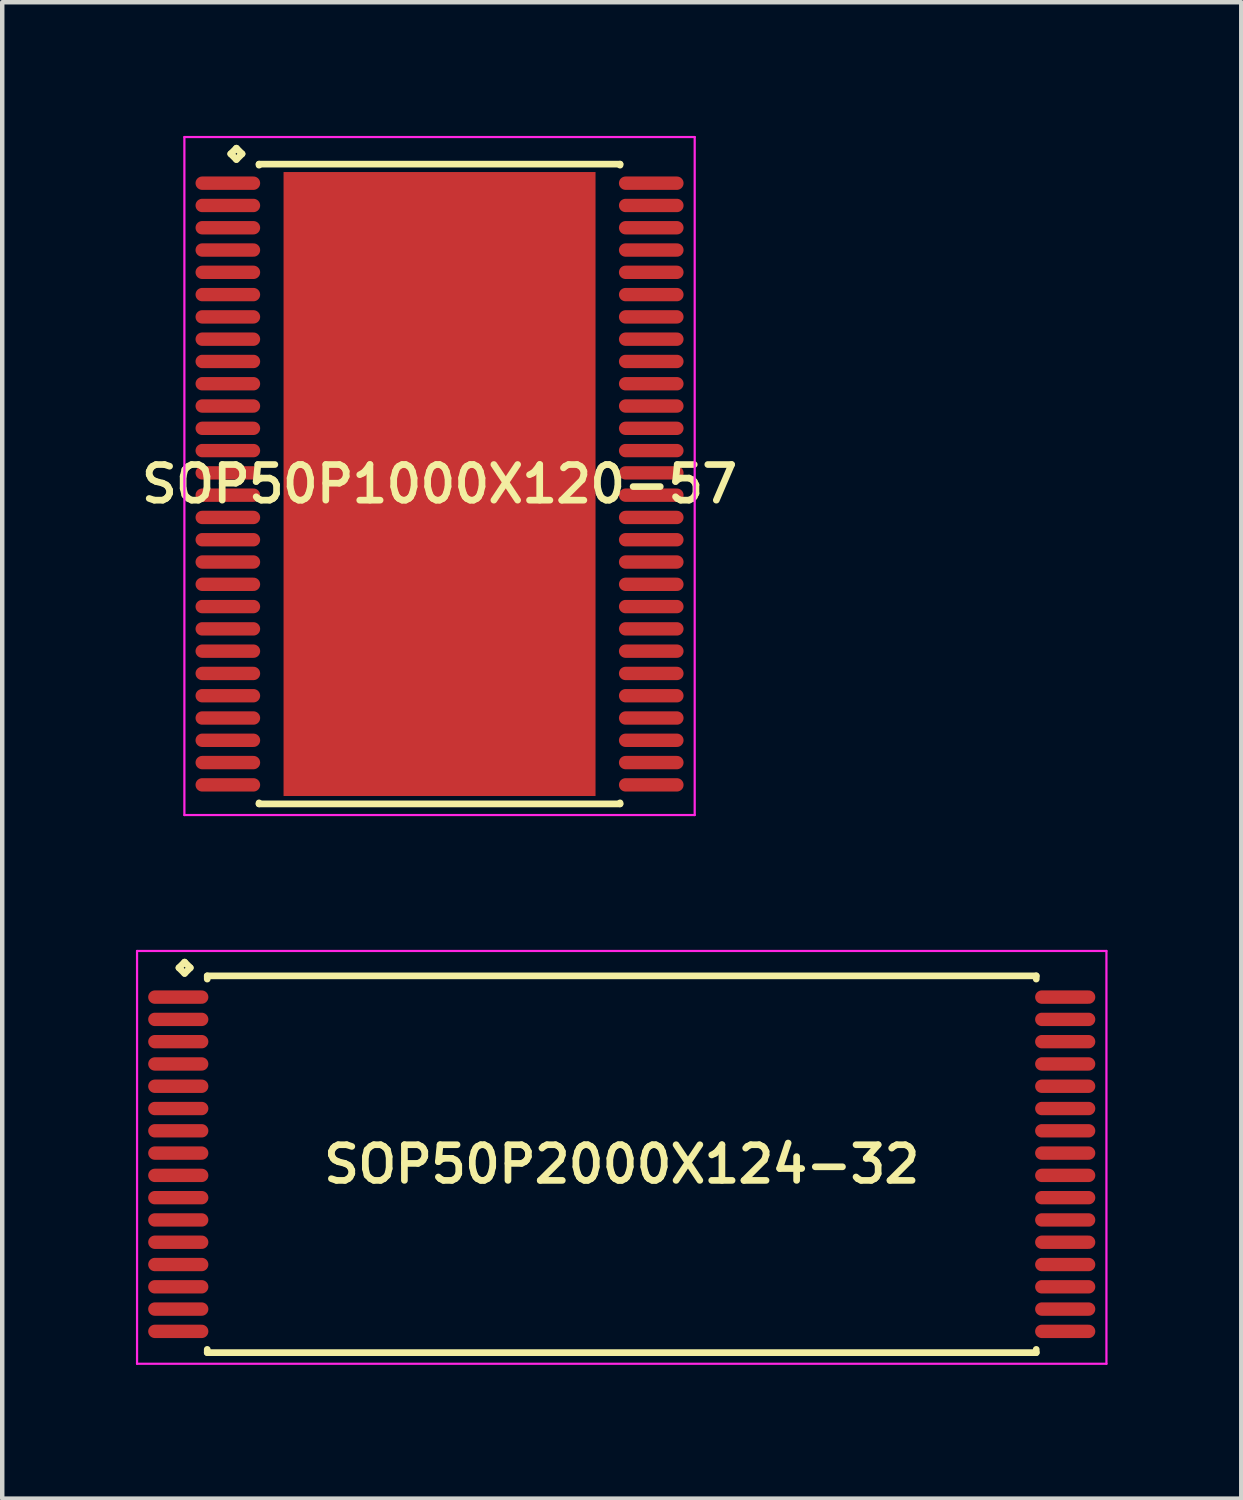
<source format=kicad_pcb>
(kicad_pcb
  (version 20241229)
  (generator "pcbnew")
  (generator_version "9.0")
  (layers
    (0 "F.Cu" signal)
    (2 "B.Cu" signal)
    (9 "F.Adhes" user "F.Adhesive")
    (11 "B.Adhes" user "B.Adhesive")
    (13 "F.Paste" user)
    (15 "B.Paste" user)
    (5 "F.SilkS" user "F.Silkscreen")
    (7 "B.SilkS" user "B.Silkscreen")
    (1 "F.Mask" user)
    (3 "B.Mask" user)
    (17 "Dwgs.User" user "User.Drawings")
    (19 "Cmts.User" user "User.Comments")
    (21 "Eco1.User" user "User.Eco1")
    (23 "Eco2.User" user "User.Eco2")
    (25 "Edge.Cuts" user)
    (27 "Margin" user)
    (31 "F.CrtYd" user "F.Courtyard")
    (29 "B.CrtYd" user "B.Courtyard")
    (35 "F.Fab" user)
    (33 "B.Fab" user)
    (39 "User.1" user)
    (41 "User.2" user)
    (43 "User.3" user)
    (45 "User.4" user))
  (footprint "SOP50P2000X124-32"
    (layer "F.Cu")
    (at 10.9 23.072)
    (property "Reference" "SOP50P2000X124-32" (at 0 0 0) (layer "F.SilkS") (effects (font (size 0.8 0.8) (thickness 0.15))))
    (attr smd)
    (fp_line (start -9.935 -4.408) (end -9.808 -4.535) (stroke (width 0.15) (type solid)) (layer "F.SilkS"))
    (fp_line (start -9.808 -4.535) (end -9.681 -4.408) (stroke (width 0.15) (type solid)) (layer "F.SilkS"))
    (fp_line (start -9.808 -4.281) (end -9.935 -4.408) (stroke (width 0.15) (type solid)) (layer "F.SilkS"))
    (fp_line (start -9.681 -4.408) (end -9.808 -4.281) (stroke (width 0.15) (type solid)) (layer "F.SilkS"))
    (fp_line (start -9.3 -4.227) (end 9.3 -4.227) (stroke (width 0.15) (type solid)) (layer "F.SilkS"))
    (fp_line (start -9.3 -4.154) (end -9.3 -4.227) (stroke (width 0.15) (type solid)) (layer "F.SilkS"))
    (fp_line (start -9.3 4.154) (end -9.3 4.227) (stroke (width 0.15) (type solid)) (layer "F.SilkS"))
    (fp_line (start -9.3 4.227) (end 9.3 4.227) (stroke (width 0.15) (type solid)) (layer "F.SilkS"))
    (fp_line (start 9.3 -4.227) (end 9.3 -4.154) (stroke (width 0.15) (type solid)) (layer "F.SilkS"))
    (fp_line (start 9.3 4.227) (end 9.3 4.154) (stroke (width 0.15) (type solid)) (layer "F.SilkS"))
    (fp_line (start -10.875 -4.785) (end 10.875 -4.785) (stroke (width 0.05) (type solid)) (layer "F.CrtYd"))
    (fp_line (start -10.875 4.477) (end -10.875 -4.785) (stroke (width 0.05) (type solid)) (layer "F.CrtYd"))
    (fp_line (start 10.875 -4.785) (end 10.875 4.477) (stroke (width 0.05) (type solid)) (layer "F.CrtYd"))
    (fp_line (start 10.875 4.477) (end -10.875 4.477) (stroke (width 0.05) (type solid)) (layer "F.CrtYd"))
    (pad "1" smd oval (at -9.95 -3.75) (size 1.35 0.3) (layers "F.Cu" "F.Mask" "F.Paste"))
    (pad "2" smd oval (at -9.95 -3.25) (size 1.35 0.3) (layers "F.Cu" "F.Mask" "F.Paste"))
    (pad "3" smd oval (at -9.95 -2.75) (size 1.35 0.3) (layers "F.Cu" "F.Mask" "F.Paste"))
    (pad "4" smd oval (at -9.95 -2.25) (size 1.35 0.3) (layers "F.Cu" "F.Mask" "F.Paste"))
    (pad "5" smd oval (at -9.95 -1.75) (size 1.35 0.3) (layers "F.Cu" "F.Mask" "F.Paste"))
    (pad "6" smd oval (at -9.95 -1.25) (size 1.35 0.3) (layers "F.Cu" "F.Mask" "F.Paste"))
    (pad "7" smd oval (at -9.95 -0.75) (size 1.35 0.3) (layers "F.Cu" "F.Mask" "F.Paste"))
    (pad "8" smd oval (at -9.95 -0.25) (size 1.35 0.3) (layers "F.Cu" "F.Mask" "F.Paste"))
    (pad "9" smd oval (at -9.95 0.25) (size 1.35 0.3) (layers "F.Cu" "F.Mask" "F.Paste"))
    (pad "10" smd oval (at -9.95 0.75) (size 1.35 0.3) (layers "F.Cu" "F.Mask" "F.Paste"))
    (pad "11" smd oval (at -9.95 1.25) (size 1.35 0.3) (layers "F.Cu" "F.Mask" "F.Paste"))
    (pad "12" smd oval (at -9.95 1.75) (size 1.35 0.3) (layers "F.Cu" "F.Mask" "F.Paste"))
    (pad "13" smd oval (at -9.95 2.25) (size 1.35 0.3) (layers "F.Cu" "F.Mask" "F.Paste"))
    (pad "14" smd oval (at -9.95 2.75) (size 1.35 0.3) (layers "F.Cu" "F.Mask" "F.Paste"))
    (pad "15" smd oval (at -9.95 3.25) (size 1.35 0.3) (layers "F.Cu" "F.Mask" "F.Paste"))
    (pad "16" smd oval (at -9.95 3.75) (size 1.35 0.3) (layers "F.Cu" "F.Mask" "F.Paste"))
    (pad "17" smd oval (at 9.95 3.75) (size 1.35 0.3) (layers "F.Cu" "F.Mask" "F.Paste"))
    (pad "18" smd oval (at 9.95 3.25) (size 1.35 0.3) (layers "F.Cu" "F.Mask" "F.Paste"))
    (pad "19" smd oval (at 9.95 2.75) (size 1.35 0.3) (layers "F.Cu" "F.Mask" "F.Paste"))
    (pad "20" smd oval (at 9.95 2.25) (size 1.35 0.3) (layers "F.Cu" "F.Mask" "F.Paste"))
    (pad "21" smd oval (at 9.95 1.75) (size 1.35 0.3) (layers "F.Cu" "F.Mask" "F.Paste"))
    (pad "22" smd oval (at 9.95 1.25) (size 1.35 0.3) (layers "F.Cu" "F.Mask" "F.Paste"))
    (pad "23" smd oval (at 9.95 0.75) (size 1.35 0.3) (layers "F.Cu" "F.Mask" "F.Paste"))
    (pad "24" smd oval (at 9.95 0.25) (size 1.35 0.3) (layers "F.Cu" "F.Mask" "F.Paste"))
    (pad "25" smd oval (at 9.95 -0.25) (size 1.35 0.3) (layers "F.Cu" "F.Mask" "F.Paste"))
    (pad "26" smd oval (at 9.95 -0.75) (size 1.35 0.3) (layers "F.Cu" "F.Mask" "F.Paste"))
    (pad "27" smd oval (at 9.95 -1.25) (size 1.35 0.3) (layers "F.Cu" "F.Mask" "F.Paste"))
    (pad "28" smd oval (at 9.95 -1.75) (size 1.35 0.3) (layers "F.Cu" "F.Mask" "F.Paste"))
    (pad "29" smd oval (at 9.95 -2.25) (size 1.35 0.3) (layers "F.Cu" "F.Mask" "F.Paste"))
    (pad "30" smd oval (at 9.95 -2.75) (size 1.35 0.3) (layers "F.Cu" "F.Mask" "F.Paste"))
    (pad "31" smd oval (at 9.95 -3.25) (size 1.35 0.3) (layers "F.Cu" "F.Mask" "F.Paste"))
    (pad "32" smd oval (at 9.95 -3.75) (size 1.35 0.3) (layers "F.Cu" "F.Mask" "F.Paste")))
  (footprint "SOP50P1000X120-57"
    (layer "F.Cu")
    (at 6.812 7.81)
    (property "Reference" "SOP50P1000X120-57" (at 0 0 0) (layer "F.SilkS") (effects (font (size 0.8 0.8) (thickness 0.15))))
    (attr smd)
    (fp_line (start -4.685 -7.408) (end -4.558 -7.535) (stroke (width 0.15) (type solid)) (layer "F.SilkS"))
    (fp_line (start -4.558 -7.535) (end -4.431 -7.408) (stroke (width 0.15) (type solid)) (layer "F.SilkS"))
    (fp_line (start -4.558 -7.281) (end -4.685 -7.408) (stroke (width 0.15) (type solid)) (layer "F.SilkS"))
    (fp_line (start -4.431 -7.408) (end -4.558 -7.281) (stroke (width 0.15) (type solid)) (layer "F.SilkS"))
    (fp_line (start -4.05 -7.177) (end 4.05 -7.177) (stroke (width 0.15) (type solid)) (layer "F.SilkS"))
    (fp_line (start -4.05 -7.154) (end -4.05 -7.177) (stroke (width 0.15) (type solid)) (layer "F.SilkS"))
    (fp_line (start -4.05 7.154) (end -4.05 7.177) (stroke (width 0.15) (type solid)) (layer "F.SilkS"))
    (fp_line (start -4.05 7.177) (end 4.05 7.177) (stroke (width 0.15) (type solid)) (layer "F.SilkS"))
    (fp_line (start 4.05 -7.177) (end 4.05 -7.154) (stroke (width 0.15) (type solid)) (layer "F.SilkS"))
    (fp_line (start 4.05 7.177) (end 4.05 7.154) (stroke (width 0.15) (type solid)) (layer "F.SilkS"))
    (fp_line (start -5.725 -7.785) (end 5.725 -7.785) (stroke (width 0.05) (type solid)) (layer "F.CrtYd"))
    (fp_line (start -5.725 7.427) (end -5.725 -7.785) (stroke (width 0.05) (type solid)) (layer "F.CrtYd"))
    (fp_line (start 5.725 -7.785) (end 5.725 7.427) (stroke (width 0.05) (type solid)) (layer "F.CrtYd"))
    (fp_line (start 5.725 7.427) (end -5.725 7.427) (stroke (width 0.05) (type solid)) (layer "F.CrtYd"))
    (pad "1" smd oval (at -4.75 -6.75) (size 1.45 0.3) (layers "F.Cu" "F.Mask" "F.Paste"))
    (pad "2" smd oval (at -4.75 -6.25) (size 1.45 0.3) (layers "F.Cu" "F.Mask" "F.Paste"))
    (pad "3" smd oval (at -4.75 -5.75) (size 1.45 0.3) (layers "F.Cu" "F.Mask" "F.Paste"))
    (pad "4" smd oval (at -4.75 -5.25) (size 1.45 0.3) (layers "F.Cu" "F.Mask" "F.Paste"))
    (pad "5" smd oval (at -4.75 -4.75) (size 1.45 0.3) (layers "F.Cu" "F.Mask" "F.Paste"))
    (pad "6" smd oval (at -4.75 -4.25) (size 1.45 0.3) (layers "F.Cu" "F.Mask" "F.Paste"))
    (pad "7" smd oval (at -4.75 -3.75) (size 1.45 0.3) (layers "F.Cu" "F.Mask" "F.Paste"))
    (pad "8" smd oval (at -4.75 -3.25) (size 1.45 0.3) (layers "F.Cu" "F.Mask" "F.Paste"))
    (pad "9" smd oval (at -4.75 -2.75) (size 1.45 0.3) (layers "F.Cu" "F.Mask" "F.Paste"))
    (pad "10" smd oval (at -4.75 -2.25) (size 1.45 0.3) (layers "F.Cu" "F.Mask" "F.Paste"))
    (pad "11" smd oval (at -4.75 -1.75) (size 1.45 0.3) (layers "F.Cu" "F.Mask" "F.Paste"))
    (pad "12" smd oval (at -4.75 -1.25) (size 1.45 0.3) (layers "F.Cu" "F.Mask" "F.Paste"))
    (pad "13" smd oval (at -4.75 -0.75) (size 1.45 0.3) (layers "F.Cu" "F.Mask" "F.Paste"))
    (pad "14" smd oval (at -4.75 -0.25) (size 1.45 0.3) (layers "F.Cu" "F.Mask" "F.Paste"))
    (pad "15" smd oval (at -4.75 0.25) (size 1.45 0.3) (layers "F.Cu" "F.Mask" "F.Paste"))
    (pad "16" smd oval (at -4.75 0.75) (size 1.45 0.3) (layers "F.Cu" "F.Mask" "F.Paste"))
    (pad "17" smd oval (at -4.75 1.25) (size 1.45 0.3) (layers "F.Cu" "F.Mask" "F.Paste"))
    (pad "18" smd oval (at -4.75 1.75) (size 1.45 0.3) (layers "F.Cu" "F.Mask" "F.Paste"))
    (pad "19" smd oval (at -4.75 2.25) (size 1.45 0.3) (layers "F.Cu" "F.Mask" "F.Paste"))
    (pad "20" smd oval (at -4.75 2.75) (size 1.45 0.3) (layers "F.Cu" "F.Mask" "F.Paste"))
    (pad "21" smd oval (at -4.75 3.25) (size 1.45 0.3) (layers "F.Cu" "F.Mask" "F.Paste"))
    (pad "22" smd oval (at -4.75 3.75) (size 1.45 0.3) (layers "F.Cu" "F.Mask" "F.Paste"))
    (pad "23" smd oval (at -4.75 4.25) (size 1.45 0.3) (layers "F.Cu" "F.Mask" "F.Paste"))
    (pad "24" smd oval (at -4.75 4.75) (size 1.45 0.3) (layers "F.Cu" "F.Mask" "F.Paste"))
    (pad "25" smd oval (at -4.75 5.25) (size 1.45 0.3) (layers "F.Cu" "F.Mask" "F.Paste"))
    (pad "26" smd oval (at -4.75 5.75) (size 1.45 0.3) (layers "F.Cu" "F.Mask" "F.Paste"))
    (pad "27" smd oval (at -4.75 6.25) (size 1.45 0.3) (layers "F.Cu" "F.Mask" "F.Paste"))
    (pad "28" smd oval (at -4.75 6.75) (size 1.45 0.3) (layers "F.Cu" "F.Mask" "F.Paste"))
    (pad "29" smd oval (at 4.75 6.75) (size 1.45 0.3) (layers "F.Cu" "F.Mask" "F.Paste"))
    (pad "30" smd oval (at 4.75 6.25) (size 1.45 0.3) (layers "F.Cu" "F.Mask" "F.Paste"))
    (pad "31" smd oval (at 4.75 5.75) (size 1.45 0.3) (layers "F.Cu" "F.Mask" "F.Paste"))
    (pad "32" smd oval (at 4.75 5.25) (size 1.45 0.3) (layers "F.Cu" "F.Mask" "F.Paste"))
    (pad "33" smd oval (at 4.75 4.75) (size 1.45 0.3) (layers "F.Cu" "F.Mask" "F.Paste"))
    (pad "34" smd oval (at 4.75 4.25) (size 1.45 0.3) (layers "F.Cu" "F.Mask" "F.Paste"))
    (pad "35" smd oval (at 4.75 3.75) (size 1.45 0.3) (layers "F.Cu" "F.Mask" "F.Paste"))
    (pad "36" smd oval (at 4.75 3.25) (size 1.45 0.3) (layers "F.Cu" "F.Mask" "F.Paste"))
    (pad "37" smd oval (at 4.75 2.75) (size 1.45 0.3) (layers "F.Cu" "F.Mask" "F.Paste"))
    (pad "38" smd oval (at 4.75 2.25) (size 1.45 0.3) (layers "F.Cu" "F.Mask" "F.Paste"))
    (pad "39" smd oval (at 4.75 1.75) (size 1.45 0.3) (layers "F.Cu" "F.Mask" "F.Paste"))
    (pad "40" smd oval (at 4.75 1.25) (size 1.45 0.3) (layers "F.Cu" "F.Mask" "F.Paste"))
    (pad "41" smd oval (at 4.75 0.75) (size 1.45 0.3) (layers "F.Cu" "F.Mask" "F.Paste"))
    (pad "42" smd oval (at 4.75 0.25) (size 1.45 0.3) (layers "F.Cu" "F.Mask" "F.Paste"))
    (pad "43" smd oval (at 4.75 -0.25) (size 1.45 0.3) (layers "F.Cu" "F.Mask" "F.Paste"))
    (pad "44" smd oval (at 4.75 -0.75) (size 1.45 0.3) (layers "F.Cu" "F.Mask" "F.Paste"))
    (pad "45" smd oval (at 4.75 -1.25) (size 1.45 0.3) (layers "F.Cu" "F.Mask" "F.Paste"))
    (pad "46" smd oval (at 4.75 -1.75) (size 1.45 0.3) (layers "F.Cu" "F.Mask" "F.Paste"))
    (pad "47" smd oval (at 4.75 -2.25) (size 1.45 0.3) (layers "F.Cu" "F.Mask" "F.Paste"))
    (pad "48" smd oval (at 4.75 -2.75) (size 1.45 0.3) (layers "F.Cu" "F.Mask" "F.Paste"))
    (pad "49" smd oval (at 4.75 -3.25) (size 1.45 0.3) (layers "F.Cu" "F.Mask" "F.Paste"))
    (pad "50" smd oval (at 4.75 -3.75) (size 1.45 0.3) (layers "F.Cu" "F.Mask" "F.Paste"))
    (pad "51" smd oval (at 4.75 -4.25) (size 1.45 0.3) (layers "F.Cu" "F.Mask" "F.Paste"))
    (pad "52" smd oval (at 4.75 -4.75) (size 1.45 0.3) (layers "F.Cu" "F.Mask" "F.Paste"))
    (pad "53" smd oval (at 4.75 -5.25) (size 1.45 0.3) (layers "F.Cu" "F.Mask" "F.Paste"))
    (pad "54" smd oval (at 4.75 -5.75) (size 1.45 0.3) (layers "F.Cu" "F.Mask" "F.Paste"))
    (pad "55" smd oval (at 4.75 -6.25) (size 1.45 0.3) (layers "F.Cu" "F.Mask" "F.Paste"))
    (pad "56" smd oval (at 4.75 -6.75) (size 1.45 0.3) (layers "F.Cu" "F.Mask" "F.Paste"))
    (pad "57" smd rect (at 0 0) (size 7 14) (layers "F.Cu" "F.Mask" "F.Paste")))
  (gr_rect
    (start -3 -3)
    (end 24.8 30.574)
    (stroke (width 0.1) (type default))
    (fill no)
    (layer "Edge.Cuts")))
</source>
